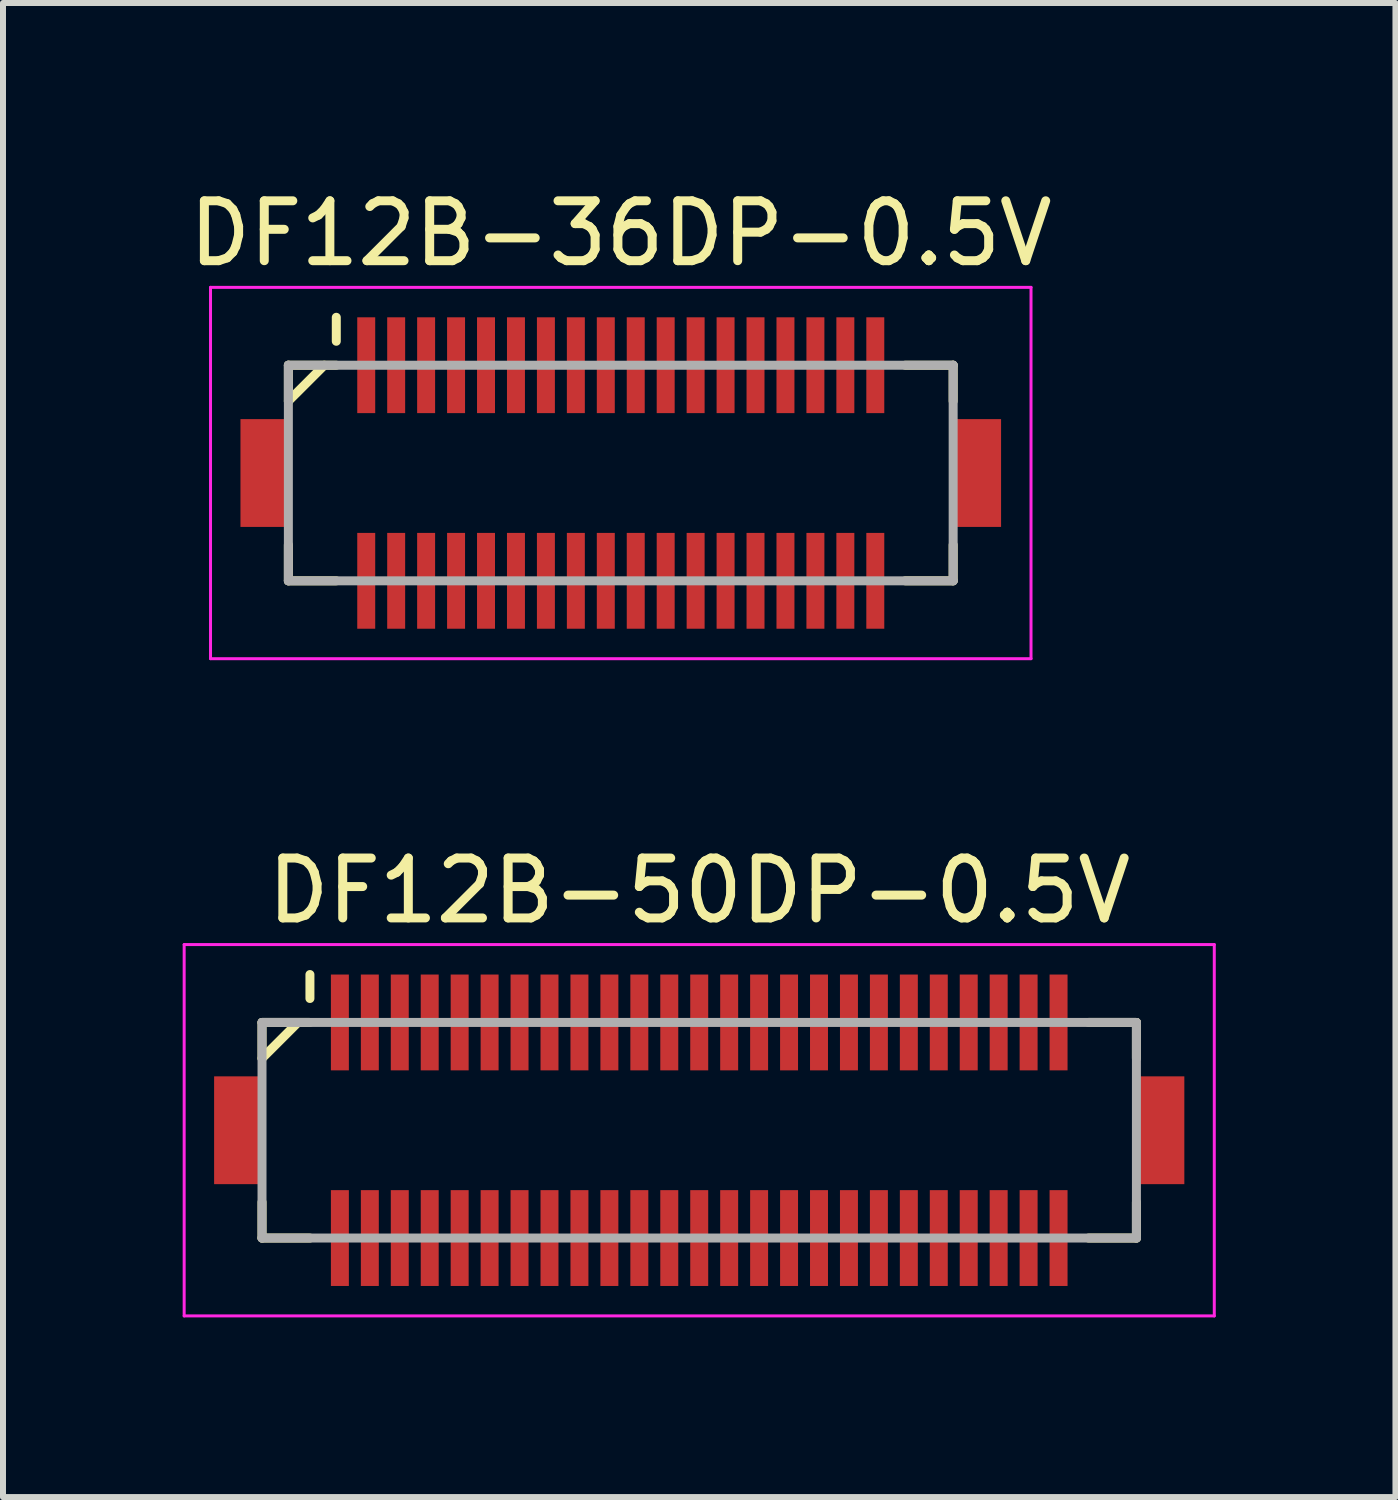
<source format=kicad_pcb>
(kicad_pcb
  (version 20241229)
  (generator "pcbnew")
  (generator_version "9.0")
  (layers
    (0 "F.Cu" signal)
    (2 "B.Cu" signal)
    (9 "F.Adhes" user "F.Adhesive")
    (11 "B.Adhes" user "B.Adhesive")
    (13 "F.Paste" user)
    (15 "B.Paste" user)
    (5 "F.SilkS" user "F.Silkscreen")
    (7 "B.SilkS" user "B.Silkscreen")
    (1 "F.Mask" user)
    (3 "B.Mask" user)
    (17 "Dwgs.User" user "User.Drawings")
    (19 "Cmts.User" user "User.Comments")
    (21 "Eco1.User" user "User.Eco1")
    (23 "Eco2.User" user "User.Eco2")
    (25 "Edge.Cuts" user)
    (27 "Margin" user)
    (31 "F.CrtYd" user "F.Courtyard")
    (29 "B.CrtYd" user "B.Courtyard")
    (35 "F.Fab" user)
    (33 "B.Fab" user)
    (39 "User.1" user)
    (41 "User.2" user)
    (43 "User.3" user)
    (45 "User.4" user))
  (footprint "DF12B-50DP-0.5V"
    (layer "F.Cu")
    (at 8.625 15.822)
    (property "Reference" "DF12B-50DP-0.5V" (at 0 -4 0) (layer "F.SilkS") (effects (font (size 1 1) (thickness 0.15))))
    (attr smd)
    (fp_line (start -7.3 -1.8) (end -7.3 -1.2) (stroke (width 0.15) (type solid)) (layer "F.SilkS"))
    (fp_line (start -7.3 -1.8) (end -6.5 -1.8) (stroke (width 0.15) (type solid)) (layer "F.SilkS"))
    (fp_line (start -7.3 1.2) (end -7.3 1.8) (stroke (width 0.15) (type solid)) (layer "F.SilkS"))
    (fp_line (start -7.3 1.8) (end -6.5 1.8) (stroke (width 0.15) (type solid)) (layer "F.SilkS"))
    (fp_line (start -6.7 -1.8) (end -7.3 -1.2) (stroke (width 0.15) (type solid)) (layer "F.SilkS"))
    (fp_line (start -6.5 -2.6) (end -6.5 -2.2) (stroke (width 0.15) (type solid)) (layer "F.SilkS"))
    (fp_line (start 6.5 -1.8) (end 7.3 -1.8) (stroke (width 0.15) (type solid)) (layer "F.SilkS"))
    (fp_line (start 6.5 1.8) (end 7.3 1.8) (stroke (width 0.15) (type solid)) (layer "F.SilkS"))
    (fp_line (start 7.3 -1.8) (end 7.3 -1.2) (stroke (width 0.15) (type solid)) (layer "F.SilkS"))
    (fp_line (start 7.3 1.2) (end 7.3 1.8) (stroke (width 0.15) (type solid)) (layer "F.SilkS"))
    (fp_line (start -8.6 -3.1) (end -8.6 3.1) (stroke (width 0.05) (type solid)) (layer "F.CrtYd"))
    (fp_line (start -8.6 -3.1) (end 8.6 -3.1) (stroke (width 0.05) (type solid)) (layer "F.CrtYd"))
    (fp_line (start -8.6 3.1) (end 8.6 3.1) (stroke (width 0.05) (type solid)) (layer "F.CrtYd"))
    (fp_line (start 8.6 -3.1) (end 8.6 3.1) (stroke (width 0.05) (type solid)) (layer "F.CrtYd"))
    (fp_line (start -7.3 -1.8) (end -7.3 1.8) (stroke (width 0.15) (type solid)) (layer "F.Fab"))
    (fp_line (start -7.3 -1.8) (end 7.3 -1.8) (stroke (width 0.15) (type solid)) (layer "F.Fab"))
    (fp_line (start -7.3 1.8) (end 7.3 1.8) (stroke (width 0.15) (type solid)) (layer "F.Fab"))
    (fp_line (start 7.3 -1.8) (end 7.3 1.8) (stroke (width 0.15) (type solid)) (layer "F.Fab"))
    (pad "1" smd rect (at -6 -1.8) (size 0.3 1.6) (layers "F.Cu" "F.Mask" "F.Paste"))
    (pad "2" smd rect (at -6 1.8) (size 0.3 1.6) (layers "F.Cu" "F.Mask" "F.Paste"))
    (pad "3" smd rect (at -5.5 -1.8) (size 0.3 1.6) (layers "F.Cu" "F.Mask" "F.Paste"))
    (pad "4" smd rect (at -5.5 1.8) (size 0.3 1.6) (layers "F.Cu" "F.Mask" "F.Paste"))
    (pad "5" smd rect (at -5 -1.8) (size 0.3 1.6) (layers "F.Cu" "F.Mask" "F.Paste"))
    (pad "6" smd rect (at -5 1.8) (size 0.3 1.6) (layers "F.Cu" "F.Mask" "F.Paste"))
    (pad "7" smd rect (at -4.5 -1.8) (size 0.3 1.6) (layers "F.Cu" "F.Mask" "F.Paste"))
    (pad "8" smd rect (at -4.5 1.8) (size 0.3 1.6) (layers "F.Cu" "F.Mask" "F.Paste"))
    (pad "9" smd rect (at -4 -1.8) (size 0.3 1.6) (layers "F.Cu" "F.Mask" "F.Paste"))
    (pad "10" smd rect (at -4 1.8) (size 0.3 1.6) (layers "F.Cu" "F.Mask" "F.Paste"))
    (pad "11" smd rect (at -3.5 -1.8) (size 0.3 1.6) (layers "F.Cu" "F.Mask" "F.Paste"))
    (pad "12" smd rect (at -3.5 1.8) (size 0.3 1.6) (layers "F.Cu" "F.Mask" "F.Paste"))
    (pad "13" smd rect (at -3 -1.8) (size 0.3 1.6) (layers "F.Cu" "F.Mask" "F.Paste"))
    (pad "14" smd rect (at -3 1.8) (size 0.3 1.6) (layers "F.Cu" "F.Mask" "F.Paste"))
    (pad "15" smd rect (at -2.5 -1.8) (size 0.3 1.6) (layers "F.Cu" "F.Mask" "F.Paste"))
    (pad "16" smd rect (at -2.5 1.8) (size 0.3 1.6) (layers "F.Cu" "F.Mask" "F.Paste"))
    (pad "17" smd rect (at -2 -1.8) (size 0.3 1.6) (layers "F.Cu" "F.Mask" "F.Paste"))
    (pad "18" smd rect (at -2 1.8) (size 0.3 1.6) (layers "F.Cu" "F.Mask" "F.Paste"))
    (pad "19" smd rect (at -1.5 -1.8) (size 0.3 1.6) (layers "F.Cu" "F.Mask" "F.Paste"))
    (pad "20" smd rect (at -1.5 1.8) (size 0.3 1.6) (layers "F.Cu" "F.Mask" "F.Paste"))
    (pad "21" smd rect (at -1 -1.8) (size 0.3 1.6) (layers "F.Cu" "F.Mask" "F.Paste"))
    (pad "22" smd rect (at -1 1.8) (size 0.3 1.6) (layers "F.Cu" "F.Mask" "F.Paste"))
    (pad "23" smd rect (at -0.5 -1.8) (size 0.3 1.6) (layers "F.Cu" "F.Mask" "F.Paste"))
    (pad "24" smd rect (at -0.5 1.8) (size 0.3 1.6) (layers "F.Cu" "F.Mask" "F.Paste"))
    (pad "25" smd rect (at 0 -1.8) (size 0.3 1.6) (layers "F.Cu" "F.Mask" "F.Paste"))
    (pad "26" smd rect (at 0 1.8) (size 0.3 1.6) (layers "F.Cu" "F.Mask" "F.Paste"))
    (pad "27" smd rect (at 0.5 -1.8) (size 0.3 1.6) (layers "F.Cu" "F.Mask" "F.Paste"))
    (pad "28" smd rect (at 0.5 1.8) (size 0.3 1.6) (layers "F.Cu" "F.Mask" "F.Paste"))
    (pad "29" smd rect (at 1 -1.8) (size 0.3 1.6) (layers "F.Cu" "F.Mask" "F.Paste"))
    (pad "30" smd rect (at 1 1.8) (size 0.3 1.6) (layers "F.Cu" "F.Mask" "F.Paste"))
    (pad "31" smd rect (at 1.5 -1.8) (size 0.3 1.6) (layers "F.Cu" "F.Mask" "F.Paste"))
    (pad "32" smd rect (at 1.5 1.8) (size 0.3 1.6) (layers "F.Cu" "F.Mask" "F.Paste"))
    (pad "33" smd rect (at 2 -1.8) (size 0.3 1.6) (layers "F.Cu" "F.Mask" "F.Paste"))
    (pad "34" smd rect (at 2 1.8) (size 0.3 1.6) (layers "F.Cu" "F.Mask" "F.Paste"))
    (pad "35" smd rect (at 2.5 -1.8) (size 0.3 1.6) (layers "F.Cu" "F.Mask" "F.Paste"))
    (pad "36" smd rect (at 2.5 1.8) (size 0.3 1.6) (layers "F.Cu" "F.Mask" "F.Paste"))
    (pad "37" smd rect (at 3 -1.8) (size 0.3 1.6) (layers "F.Cu" "F.Mask" "F.Paste"))
    (pad "38" smd rect (at 3 1.8) (size 0.3 1.6) (layers "F.Cu" "F.Mask" "F.Paste"))
    (pad "39" smd rect (at 3.5 -1.8) (size 0.3 1.6) (layers "F.Cu" "F.Mask" "F.Paste"))
    (pad "40" smd rect (at 3.5 1.8) (size 0.3 1.6) (layers "F.Cu" "F.Mask" "F.Paste"))
    (pad "41" smd rect (at 4 -1.8) (size 0.3 1.6) (layers "F.Cu" "F.Mask" "F.Paste"))
    (pad "42" smd rect (at 4 1.8) (size 0.3 1.6) (layers "F.Cu" "F.Mask" "F.Paste"))
    (pad "43" smd rect (at 4.5 -1.8) (size 0.3 1.6) (layers "F.Cu" "F.Mask" "F.Paste"))
    (pad "44" smd rect (at 4.5 1.8) (size 0.3 1.6) (layers "F.Cu" "F.Mask" "F.Paste"))
    (pad "45" smd rect (at 5 -1.8) (size 0.3 1.6) (layers "F.Cu" "F.Mask" "F.Paste"))
    (pad "46" smd rect (at 5 1.8) (size 0.3 1.6) (layers "F.Cu" "F.Mask" "F.Paste"))
    (pad "47" smd rect (at 5.5 -1.8) (size 0.3 1.6) (layers "F.Cu" "F.Mask" "F.Paste"))
    (pad "48" smd rect (at 5.5 1.8) (size 0.3 1.6) (layers "F.Cu" "F.Mask" "F.Paste"))
    (pad "49" smd rect (at 6 -1.8) (size 0.3 1.6) (layers "F.Cu" "F.Mask" "F.Paste"))
    (pad "50" smd rect (at 6 1.8) (size 0.3 1.6) (layers "F.Cu" "F.Mask" "F.Paste"))
    (pad "S" smd rect (at -7.7 0) (size 0.8 1.8) (layers "F.Cu" "F.Mask" "F.Paste"))
    (pad "S" smd rect (at 7.7 0) (size 0.8 1.8) (layers "F.Cu" "F.Mask" "F.Paste")))
  (footprint "DF12B-36DP-0.5V"
    (layer "F.Cu")
    (at 7.315 4.848)
    (property "Reference" "DF12B-36DP-0.5V" (at 0 -4 0) (layer "F.SilkS") (effects (font (size 1 1) (thickness 0.15))))
    (attr smd)
    (fp_line (start -5.55 -1.8) (end -5.55 -1.2) (stroke (width 0.15) (type solid)) (layer "F.SilkS"))
    (fp_line (start -5.55 -1.8) (end -4.75 -1.8) (stroke (width 0.15) (type solid)) (layer "F.SilkS"))
    (fp_line (start -5.55 1.2) (end -5.55 1.8) (stroke (width 0.15) (type solid)) (layer "F.SilkS"))
    (fp_line (start -5.55 1.8) (end -4.75 1.8) (stroke (width 0.15) (type solid)) (layer "F.SilkS"))
    (fp_line (start -4.95 -1.8) (end -5.55 -1.2) (stroke (width 0.15) (type solid)) (layer "F.SilkS"))
    (fp_line (start -4.75 -2.6) (end -4.75 -2.2) (stroke (width 0.15) (type solid)) (layer "F.SilkS"))
    (fp_line (start 4.75 -1.8) (end 5.55 -1.8) (stroke (width 0.15) (type solid)) (layer "F.SilkS"))
    (fp_line (start 4.75 1.8) (end 5.55 1.8) (stroke (width 0.15) (type solid)) (layer "F.SilkS"))
    (fp_line (start 5.55 -1.8) (end 5.55 -1.2) (stroke (width 0.15) (type solid)) (layer "F.SilkS"))
    (fp_line (start 5.55 1.2) (end 5.55 1.8) (stroke (width 0.15) (type solid)) (layer "F.SilkS"))
    (fp_line (start -6.85 -3.1) (end -6.85 3.1) (stroke (width 0.05) (type solid)) (layer "F.CrtYd"))
    (fp_line (start -6.85 -3.1) (end 6.85 -3.1) (stroke (width 0.05) (type solid)) (layer "F.CrtYd"))
    (fp_line (start -6.85 3.1) (end 6.85 3.1) (stroke (width 0.05) (type solid)) (layer "F.CrtYd"))
    (fp_line (start 6.85 -3.1) (end 6.85 3.1) (stroke (width 0.05) (type solid)) (layer "F.CrtYd"))
    (fp_line (start -5.55 -1.8) (end -5.55 1.8) (stroke (width 0.15) (type solid)) (layer "F.Fab"))
    (fp_line (start -5.55 -1.8) (end 5.55 -1.8) (stroke (width 0.15) (type solid)) (layer "F.Fab"))
    (fp_line (start -5.55 1.8) (end 5.55 1.8) (stroke (width 0.15) (type solid)) (layer "F.Fab"))
    (fp_line (start 5.55 -1.8) (end 5.55 1.8) (stroke (width 0.15) (type solid)) (layer "F.Fab"))
    (pad "1" smd rect (at -4.25 -1.8) (size 0.3 1.6) (layers "F.Cu" "F.Mask" "F.Paste"))
    (pad "2" smd rect (at -4.25 1.8) (size 0.3 1.6) (layers "F.Cu" "F.Mask" "F.Paste"))
    (pad "3" smd rect (at -3.75 -1.8) (size 0.3 1.6) (layers "F.Cu" "F.Mask" "F.Paste"))
    (pad "4" smd rect (at -3.75 1.8) (size 0.3 1.6) (layers "F.Cu" "F.Mask" "F.Paste"))
    (pad "5" smd rect (at -3.25 -1.8) (size 0.3 1.6) (layers "F.Cu" "F.Mask" "F.Paste"))
    (pad "6" smd rect (at -3.25 1.8) (size 0.3 1.6) (layers "F.Cu" "F.Mask" "F.Paste"))
    (pad "7" smd rect (at -2.75 -1.8) (size 0.3 1.6) (layers "F.Cu" "F.Mask" "F.Paste"))
    (pad "8" smd rect (at -2.75 1.8) (size 0.3 1.6) (layers "F.Cu" "F.Mask" "F.Paste"))
    (pad "9" smd rect (at -2.25 -1.8) (size 0.3 1.6) (layers "F.Cu" "F.Mask" "F.Paste"))
    (pad "10" smd rect (at -2.25 1.8) (size 0.3 1.6) (layers "F.Cu" "F.Mask" "F.Paste"))
    (pad "11" smd rect (at -1.75 -1.8) (size 0.3 1.6) (layers "F.Cu" "F.Mask" "F.Paste"))
    (pad "12" smd rect (at -1.75 1.8) (size 0.3 1.6) (layers "F.Cu" "F.Mask" "F.Paste"))
    (pad "13" smd rect (at -1.25 -1.8) (size 0.3 1.6) (layers "F.Cu" "F.Mask" "F.Paste"))
    (pad "14" smd rect (at -1.25 1.8) (size 0.3 1.6) (layers "F.Cu" "F.Mask" "F.Paste"))
    (pad "15" smd rect (at -0.75 -1.8) (size 0.3 1.6) (layers "F.Cu" "F.Mask" "F.Paste"))
    (pad "16" smd rect (at -0.75 1.8) (size 0.3 1.6) (layers "F.Cu" "F.Mask" "F.Paste"))
    (pad "17" smd rect (at -0.25 -1.8) (size 0.3 1.6) (layers "F.Cu" "F.Mask" "F.Paste"))
    (pad "18" smd rect (at -0.25 1.8) (size 0.3 1.6) (layers "F.Cu" "F.Mask" "F.Paste"))
    (pad "19" smd rect (at 0.25 -1.8) (size 0.3 1.6) (layers "F.Cu" "F.Mask" "F.Paste"))
    (pad "20" smd rect (at 0.25 1.8) (size 0.3 1.6) (layers "F.Cu" "F.Mask" "F.Paste"))
    (pad "21" smd rect (at 0.75 -1.8) (size 0.3 1.6) (layers "F.Cu" "F.Mask" "F.Paste"))
    (pad "22" smd rect (at 0.75 1.8) (size 0.3 1.6) (layers "F.Cu" "F.Mask" "F.Paste"))
    (pad "23" smd rect (at 1.25 -1.8) (size 0.3 1.6) (layers "F.Cu" "F.Mask" "F.Paste"))
    (pad "24" smd rect (at 1.25 1.8) (size 0.3 1.6) (layers "F.Cu" "F.Mask" "F.Paste"))
    (pad "25" smd rect (at 1.75 -1.8) (size 0.3 1.6) (layers "F.Cu" "F.Mask" "F.Paste"))
    (pad "26" smd rect (at 1.75 1.8) (size 0.3 1.6) (layers "F.Cu" "F.Mask" "F.Paste"))
    (pad "27" smd rect (at 2.25 -1.8) (size 0.3 1.6) (layers "F.Cu" "F.Mask" "F.Paste"))
    (pad "28" smd rect (at 2.25 1.8) (size 0.3 1.6) (layers "F.Cu" "F.Mask" "F.Paste"))
    (pad "29" smd rect (at 2.75 -1.8) (size 0.3 1.6) (layers "F.Cu" "F.Mask" "F.Paste"))
    (pad "30" smd rect (at 2.75 1.8) (size 0.3 1.6) (layers "F.Cu" "F.Mask" "F.Paste"))
    (pad "31" smd rect (at 3.25 -1.8) (size 0.3 1.6) (layers "F.Cu" "F.Mask" "F.Paste"))
    (pad "32" smd rect (at 3.25 1.8) (size 0.3 1.6) (layers "F.Cu" "F.Mask" "F.Paste"))
    (pad "33" smd rect (at 3.75 -1.8) (size 0.3 1.6) (layers "F.Cu" "F.Mask" "F.Paste"))
    (pad "34" smd rect (at 3.75 1.8) (size 0.3 1.6) (layers "F.Cu" "F.Mask" "F.Paste"))
    (pad "35" smd rect (at 4.25 -1.8) (size 0.3 1.6) (layers "F.Cu" "F.Mask" "F.Paste"))
    (pad "36" smd rect (at 4.25 1.8) (size 0.3 1.6) (layers "F.Cu" "F.Mask" "F.Paste"))
    (pad "S" smd rect (at -5.95 0) (size 0.8 1.8) (layers "F.Cu" "F.Mask" "F.Paste"))
    (pad "S" smd rect (at 5.95 0) (size 0.8 1.8) (layers "F.Cu" "F.Mask" "F.Paste")))
  (gr_rect
    (start -3 -3)
    (end 20.25 21.947)
    (stroke (width 0.1) (type default))
    (fill no)
    (layer "Edge.Cuts")))
</source>
